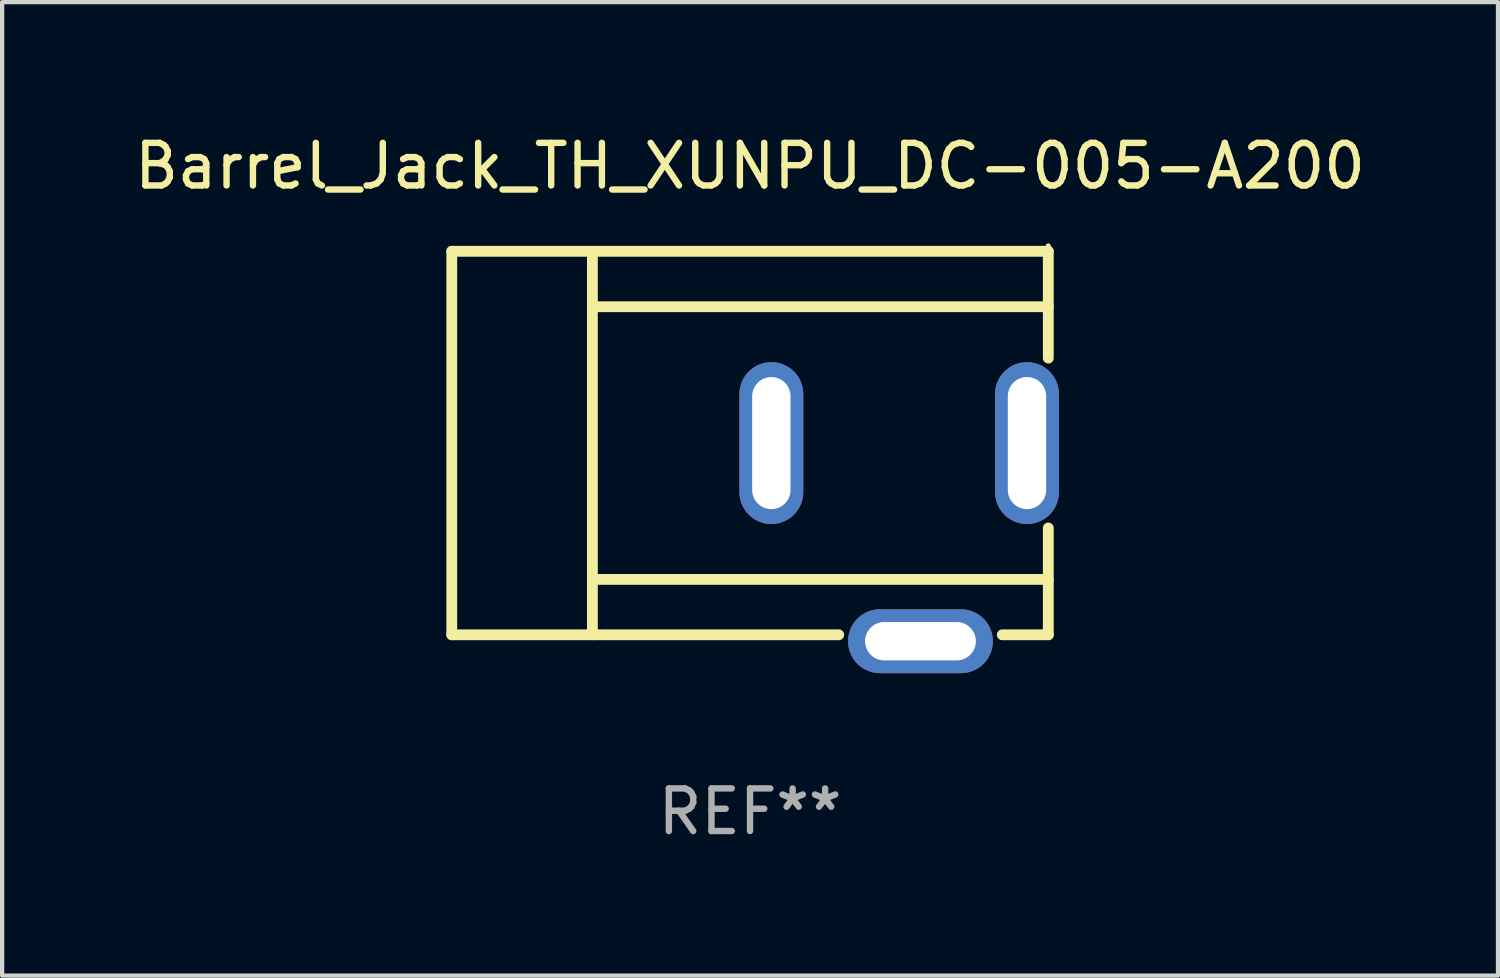
<source format=kicad_pcb>
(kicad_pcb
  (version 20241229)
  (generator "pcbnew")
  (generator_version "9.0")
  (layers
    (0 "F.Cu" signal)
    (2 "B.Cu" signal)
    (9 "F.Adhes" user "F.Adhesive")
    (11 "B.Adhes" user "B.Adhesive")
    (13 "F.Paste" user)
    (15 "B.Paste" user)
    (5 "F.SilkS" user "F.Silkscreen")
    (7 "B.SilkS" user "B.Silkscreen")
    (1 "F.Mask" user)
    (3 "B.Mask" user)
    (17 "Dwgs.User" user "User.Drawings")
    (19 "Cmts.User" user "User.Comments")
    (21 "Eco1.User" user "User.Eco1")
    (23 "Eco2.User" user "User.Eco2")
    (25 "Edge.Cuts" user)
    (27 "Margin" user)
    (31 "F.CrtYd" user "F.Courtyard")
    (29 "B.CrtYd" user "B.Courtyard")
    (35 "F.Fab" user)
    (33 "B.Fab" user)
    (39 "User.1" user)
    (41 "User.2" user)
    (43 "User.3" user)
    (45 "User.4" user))
  (footprint "Barrel_Jack_TH_XUNPU_DC-005-A200"
    (layer "F.Cu")
    (at 18.053 9.674)
    (property "Reference" "Barrel_Jack_TH_XUNPU_DC-005-A200" (at -3.5 -8.826 0) (layer "F.SilkS") (effects (font (size 1 1) (thickness 0.15))))
    (attr through_hole)
    (fp_line (start -10.5 -6.826) (end 3.5 -6.826) (stroke (width 0.254) (type solid)) (layer "F.SilkS"))
    (fp_line (start -10.5 2.174) (end -10.5 -6.826) (stroke (width 0.254) (type solid)) (layer "F.SilkS"))
    (fp_line (start -7.2 2.174) (end -7.2 -6.826) (stroke (width 0.254) (type solid)) (layer "F.SilkS"))
    (fp_line (start -7.12 -5.525) (end 3.5 -5.525) (stroke (width 0.254) (type solid)) (layer "F.SilkS"))
    (fp_line (start -7.12 0.874) (end 3.5 0.874) (stroke (width 0.254) (type solid)) (layer "F.SilkS"))
    (fp_line (start -1.419 2.174) (end -10.5 2.174) (stroke (width 0.254) (type solid)) (layer "F.SilkS"))
    (fp_line (start 3.5 -6.826) (end 3.5 -4.319) (stroke (width 0.254) (type solid)) (layer "F.SilkS"))
    (fp_line (start 3.5 -0.332) (end 3.5 2.174) (stroke (width 0.254) (type solid)) (layer "F.SilkS"))
    (fp_line (start 3.5 2.174) (end 2.42 2.174) (stroke (width 0.254) (type solid)) (layer "F.SilkS"))
    (fp_circle (center 3.5 -6.953) (end 3.53 -6.953) (stroke (width 0.06) (type solid)) (fill no) (layer "F.SilkS"))
    (fp_text user "REF**" (at -3.5 6.325 0) (layer "F.Fab") (effects (font (size 1 1) (thickness 0.15))))
    (pad "1" thru_hole oval (at 3 -2.325) (size 1.5 3.8) (drill oval 0.9 3.1) (layers "*.Cu" "*.Mask"))
    (pad "2" thru_hole oval (at -3 -2.325 180) (size 1.5 3.8) (drill oval 0.9 3.1) (layers "*.Cu" "*.Mask"))
    (pad "3" thru_hole oval (at 0.5 2.325 270) (size 1.5 3.4) (drill oval 0.9 2.6) (layers "*.Cu" "*.Mask")))
  (gr_rect
    (start -3 -3)
    (end 32.107 19.847)
    (stroke (width 0.1) (type default))
    (fill no)
    (layer "Edge.Cuts")))
</source>
